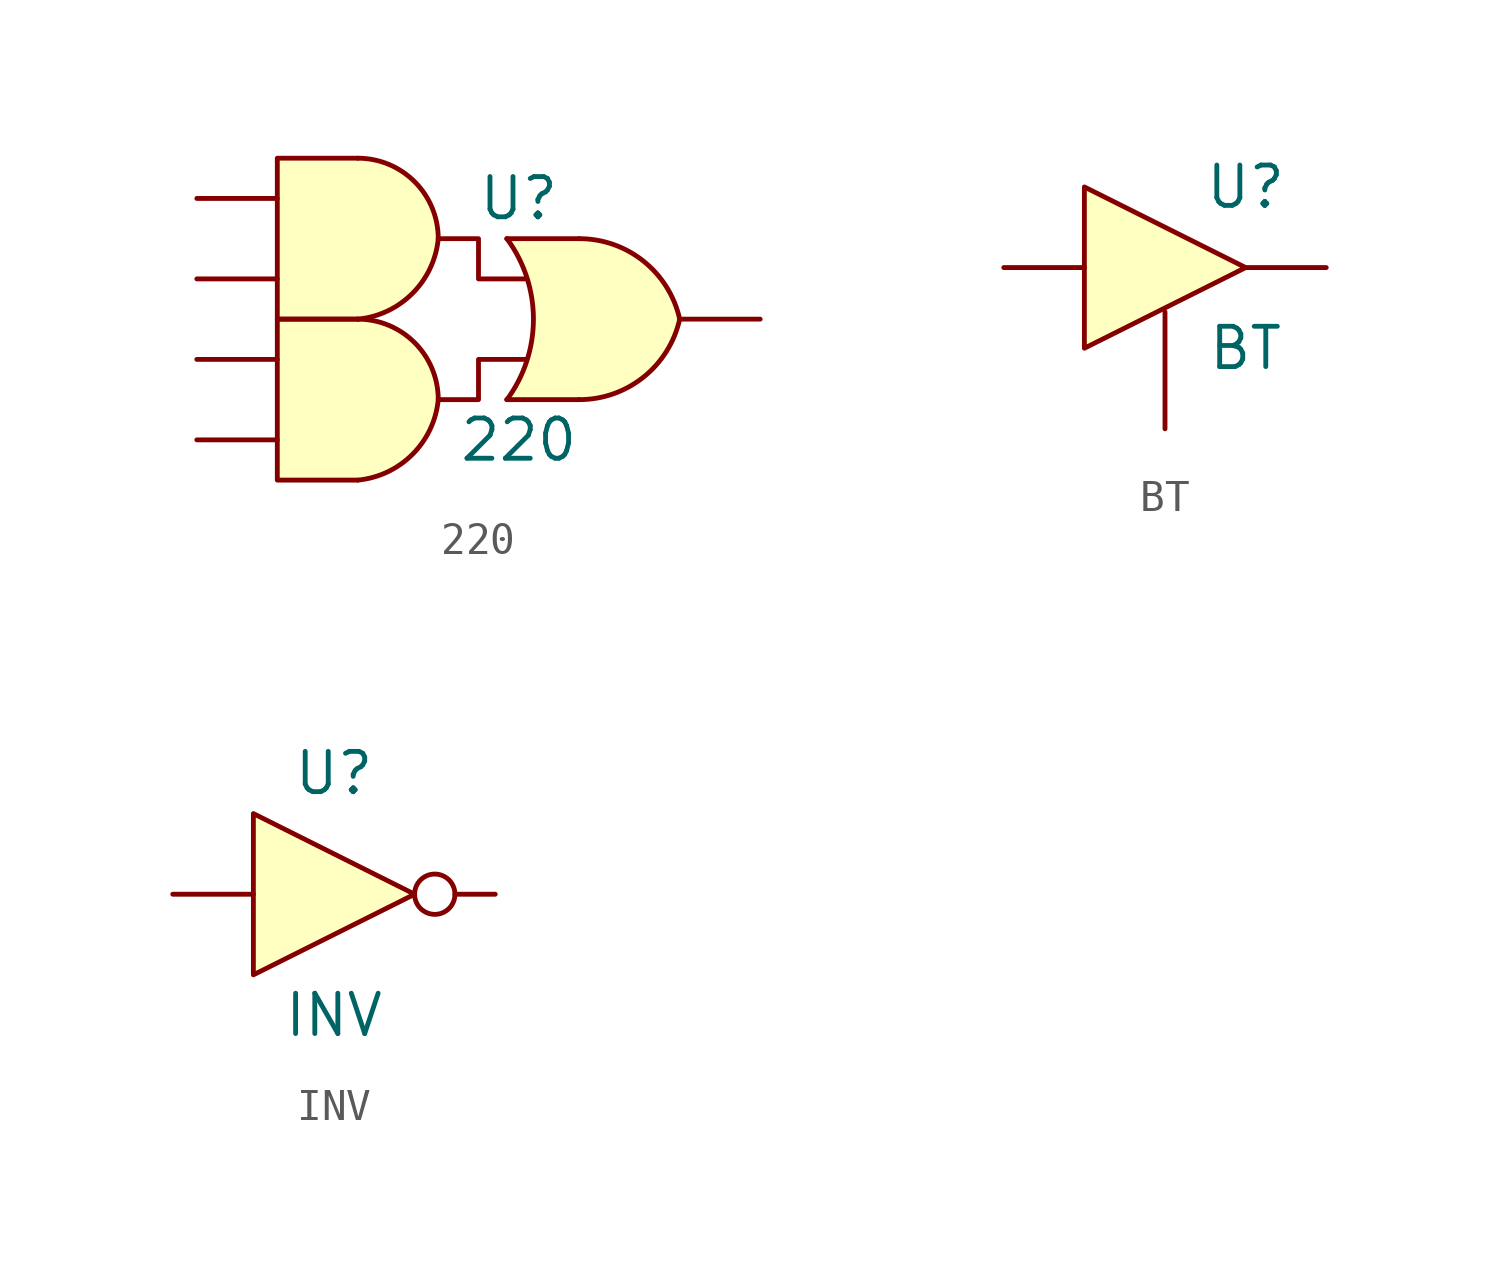
<source format=kicad_sym>
(kicad_symbol_lib
  (version 20231120)
  (generator "kicad_symbol_editor")
  (generator_version "8.0")
  (symbol "220"
    (property "Reference" "U"
      (at 1.27 3.81 0)
      (effects (font (size 1.27 1.27))))
    (property "Value" "220"
      (at 1.27 -3.81 0)
      (effects (font (size 1.27 1.27))))
    (symbol "220_1_1"
      (arc (start -3.81 -5.08) (mid -2.0837 -4.2663) (end -1.27 -2.54) (stroke (width 0) (type default)) (fill (type background)))
      (arc (start -3.81 0) (mid -2.0837 0.8137) (end -1.27 2.54) (stroke (width 0) (type default)) (fill (type background)))
      (arc (start -1.27 -2.54) (mid -2.0139 -0.7439) (end -3.81 0) (stroke (width 0) (type default)) (fill (type background)))
      (arc (start -1.27 2.54) (mid -2.0139 4.3361) (end -3.81 5.08) (stroke (width 0) (type default)) (fill (type background)))
      (polyline (pts (xy 3.175 -2.54) (xy 0.889 -2.54)) (stroke (width 0) (type default)) (fill (type outline)))
      (polyline (pts (xy 3.175 2.54) (xy 0.889 2.54)) (stroke (width 0) (type default)) (fill (type background)))
      (polyline (pts (xy -3.81 0) (xy -6.35 0) (xy -6.35 -5.08) (xy -3.81 -5.08)) (stroke (width 0) (type default)) (fill (type background)))
      (polyline (pts (xy -3.81 5.08) (xy -6.35 5.08) (xy -6.35 0) (xy -3.81 0)) (stroke (width 0) (type default)) (fill (type background)))
      (polyline (pts (xy -1.27 -2.54) (xy 0 -2.54) (xy 0 -1.27) (xy 1.524 -1.27)) (stroke (width 0) (type default)) (fill (type none)))
      (polyline (pts (xy -1.27 2.54) (xy 0 2.54) (xy 0 1.27) (xy 1.524 1.27)) (stroke (width 0) (type default)) (fill (type none)))
      (polyline (pts (xy 3.175 2.54) (xy 0.889 2.54) (xy 1.27 1.905) (xy 1.524 1.27) (xy 1.651 0.762) (xy 1.702 0.457) (xy 1.727 0.178) (xy 1.727 -0.127) (xy 1.676 -0.66) (xy 1.6 -1.016) (xy 1.499 -1.372) (xy 1.372 -1.676) (xy 1.194 -2.057) (xy 1.016 -2.337) (xy 0.889 -2.54) (xy 3.175 -2.54)) (stroke (width -0.0001) (type default)) (fill (type background)))
      (arc (start 0.8973 -2.5398) (mid 1.7338 0.0001) (end 0.8971 2.54) (stroke (width 0) (type default)) (fill (type none)))
      (arc (start 3.175 -2.54) (mid 5.2091 -1.8282) (end 6.35 0) (stroke (width 0) (type default)) (fill (type background)))
      (arc (start 6.35 0) (mid 5.2094 1.8286) (end 3.175 2.54) (stroke (width 0) (type default)) (fill (type background)))
      (pin input line (at -8.89 -1.27 0) (length 2.54) (name "" (effects (font (size 1.27 1.27)))) (number "" (effects (font (size 1.27 1.27)))))
      (pin input line (at -8.89 3.81 0) (length 2.54) (name "" (effects (font (size 1.27 1.27)))) (number "1" (effects (font (size 0 0)))))
      (pin input line (at -8.89 1.27 0) (length 2.54) (name "" (effects (font (size 1.27 1.27)))) (number "2" (effects (font (size 0 0)))))
      (pin input line (at -8.89 -3.81 0) (length 2.54) (name "" (effects (font (size 1.27 1.27)))) (number "4" (effects (font (size 0 0)))))
      (pin output line (at 8.89 0 180) (length 2.54) (name "" (effects (font (size 1.27 1.27)))) (number "5" (effects (font (size 0 0)))))))
  (symbol "BT"
    (property "Reference" "U"
      (at 2.54 2.54 0)
      (effects (font (size 1.27 1.27))))
    (property "Value" "BT"
      (at 2.54 -2.54 0)
      (effects (font (size 1.27 1.27))))
    (symbol "BT_1_1"
      (polyline (pts (xy -2.54 2.54) (xy -2.54 -2.54) (xy 2.54 0) (xy -2.54 2.54)) (stroke (width 0) (type default)) (fill (type background)))
      (pin input line (at -5.08 0 0) (length 2.54) (name "" (effects (font (size 1.27 1.27)))) (number "1" (effects (font (size 0 0)))))
      (pin input line (at 0 -5.08 90) (length 3.683) (name "" (effects (font (size 1.27 1.27)))) (number "2" (effects (font (size 0 0)))))
      (pin output line (at 5.08 0 180) (length 2.54) (name "" (effects (font (size 1.27 1.27)))) (number "3" (effects (font (size 0 0)))))))
  (symbol "INV"
    (property "Reference" "U"
      (at 0 3.81 0)
      (effects (font (size 1.27 1.27))))
    (property "Value" "INV"
      (at 0 -3.81 0)
      (effects (font (size 1.27 1.27))))
    (symbol "INV_1_1"
      (polyline (pts (xy -2.54 2.54) (xy -2.54 -2.54) (xy 2.54 0) (xy -2.54 2.54)) (stroke (width 0) (type default)) (fill (type background)))
      (pin input line (at -5.08 0 0) (length 2.54) (name "" (effects (font (size 1.27 1.27)))) (number "1" (effects (font (size 0 0)))))
      (pin output inverted (at 5.08 0 180) (length 2.54) (name "" (effects (font (size 1.27 1.27)))) (number "2" (effects (font (size 0 0))))))))
</source>
